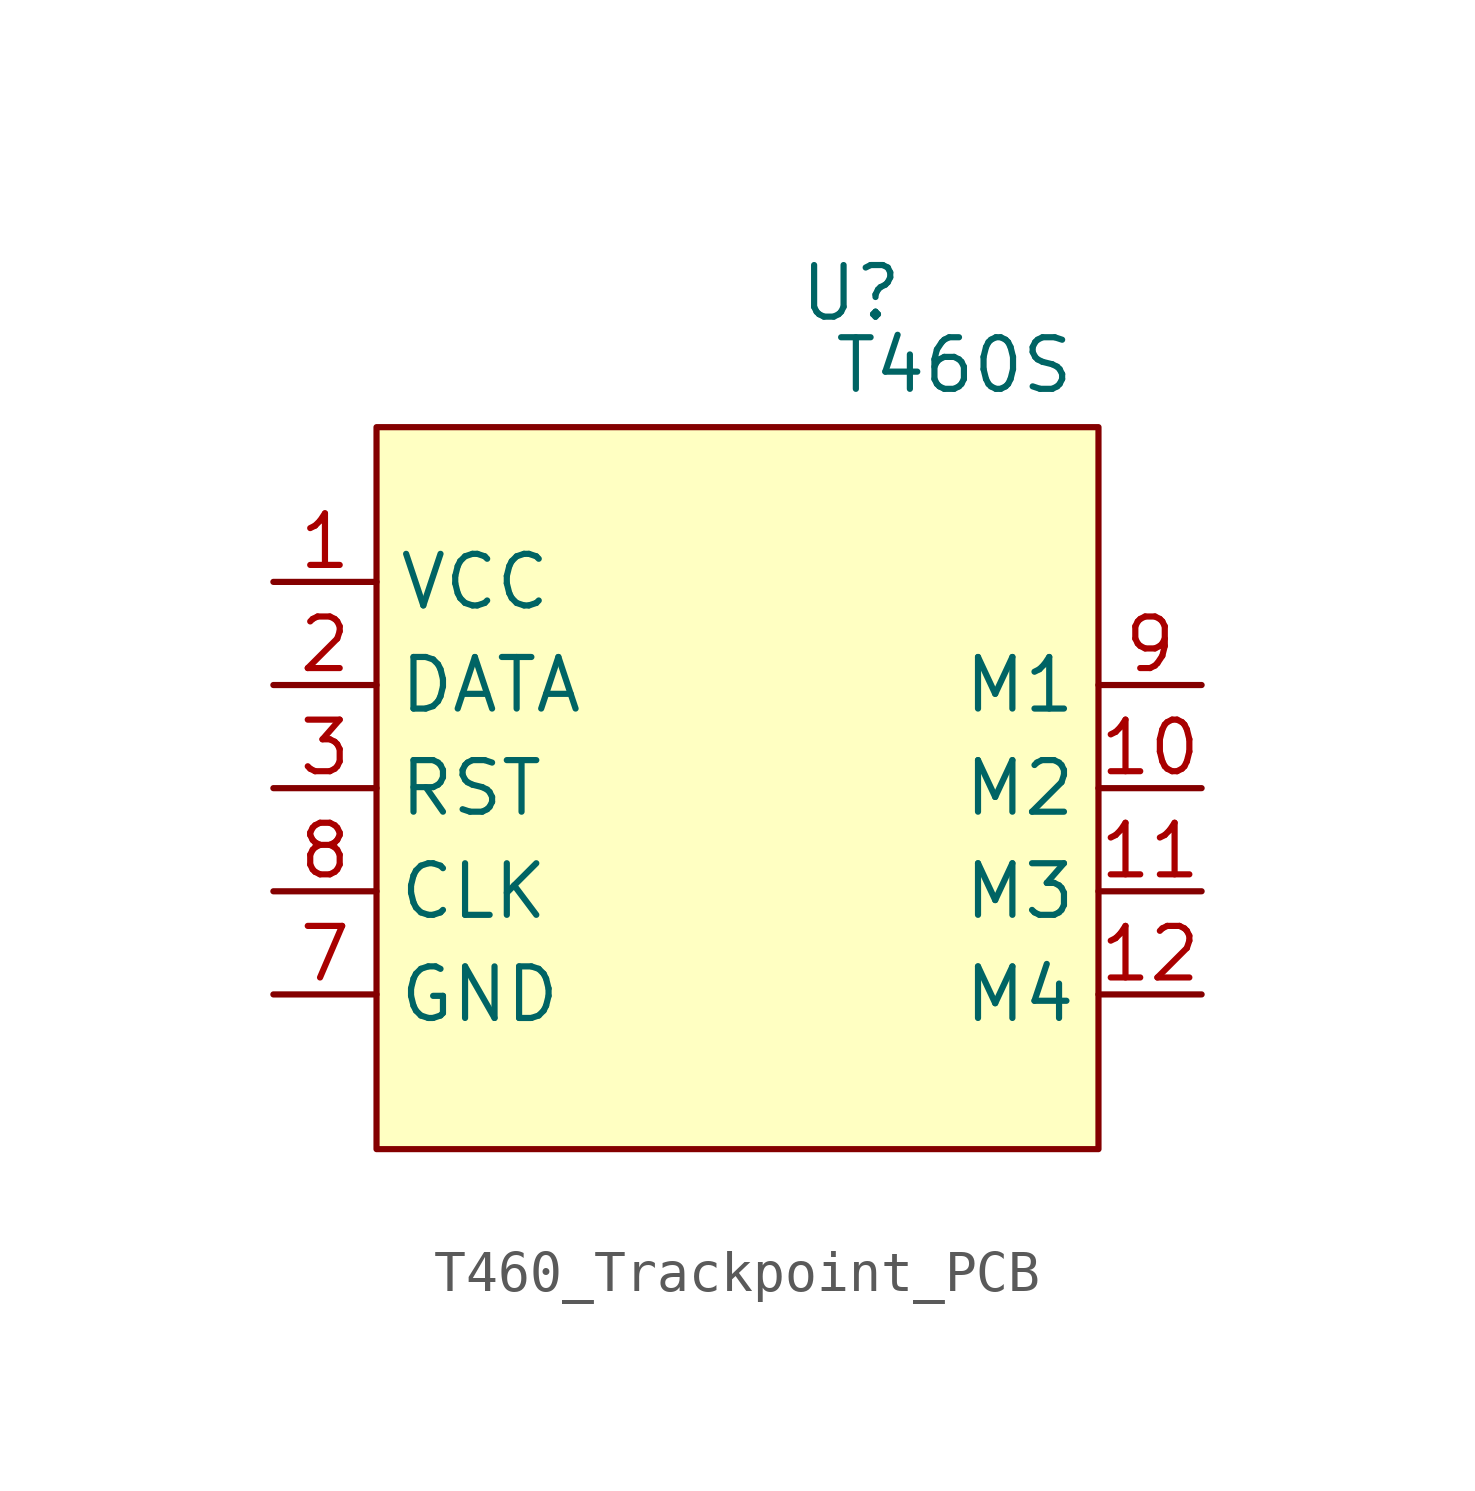
<source format=kicad_sym>
(kicad_symbol_lib
  (version 20231120)
  (generator "kicad_symbol_editor")
  (generator_version "8.0")
  (symbol "T460_Trackpoint_PCB"
    (property "Reference" "U"
      (at 2.794 12.192 0)
      (effects (font (size 1.27 1.27))))
    (property "Value" "T460S"
      (at 5.334 10.414 0)
      (effects (font (size 1.27 1.27))))
    (symbol "T460_Trackpoint_PCB_1_1"
      (rectangle (start -8.89 8.89) (end 8.89 -8.89) (stroke (width 0) (type default)) (fill (type background)))
      (pin power_in line (at -11.43 5.08 0) (length 2.54) (name "VCC" (effects (font (size 1.27 1.27)))) (number "1" (effects (font (size 1.27 1.27)))))
      (pin bidirectional line (at 11.43 0 180) (length 2.54) (name "M2" (effects (font (size 1.27 1.27)))) (number "10" (effects (font (size 1.27 1.27)))))
      (pin bidirectional line (at 11.43 -2.54 180) (length 2.54) (name "M3" (effects (font (size 1.27 1.27)))) (number "11" (effects (font (size 1.27 1.27)))))
      (pin bidirectional line (at 11.43 -5.08 180) (length 2.54) (name "M4" (effects (font (size 1.27 1.27)))) (number "12" (effects (font (size 1.27 1.27)))))
      (pin bidirectional line (at -11.43 2.54 0) (length 2.54) (name "DATA" (effects (font (size 1.27 1.27)))) (number "2" (effects (font (size 1.27 1.27)))))
      (pin bidirectional line (at -11.43 0 0) (length 2.54) (name "RST" (effects (font (size 1.27 1.27)))) (number "3" (effects (font (size 1.27 1.27)))))
      (pin power_in line (at -11.43 -5.08 0) (length 2.54) (name "GND" (effects (font (size 1.27 1.27)))) (number "7" (effects (font (size 1.27 1.27)))))
      (pin bidirectional line (at -11.43 -2.54 0) (length 2.54) (name "CLK" (effects (font (size 1.27 1.27)))) (number "8" (effects (font (size 1.27 1.27)))))
      (pin bidirectional line (at 11.43 2.54 180) (length 2.54) (name "M1" (effects (font (size 1.27 1.27)))) (number "9" (effects (font (size 1.27 1.27))))))))
</source>
